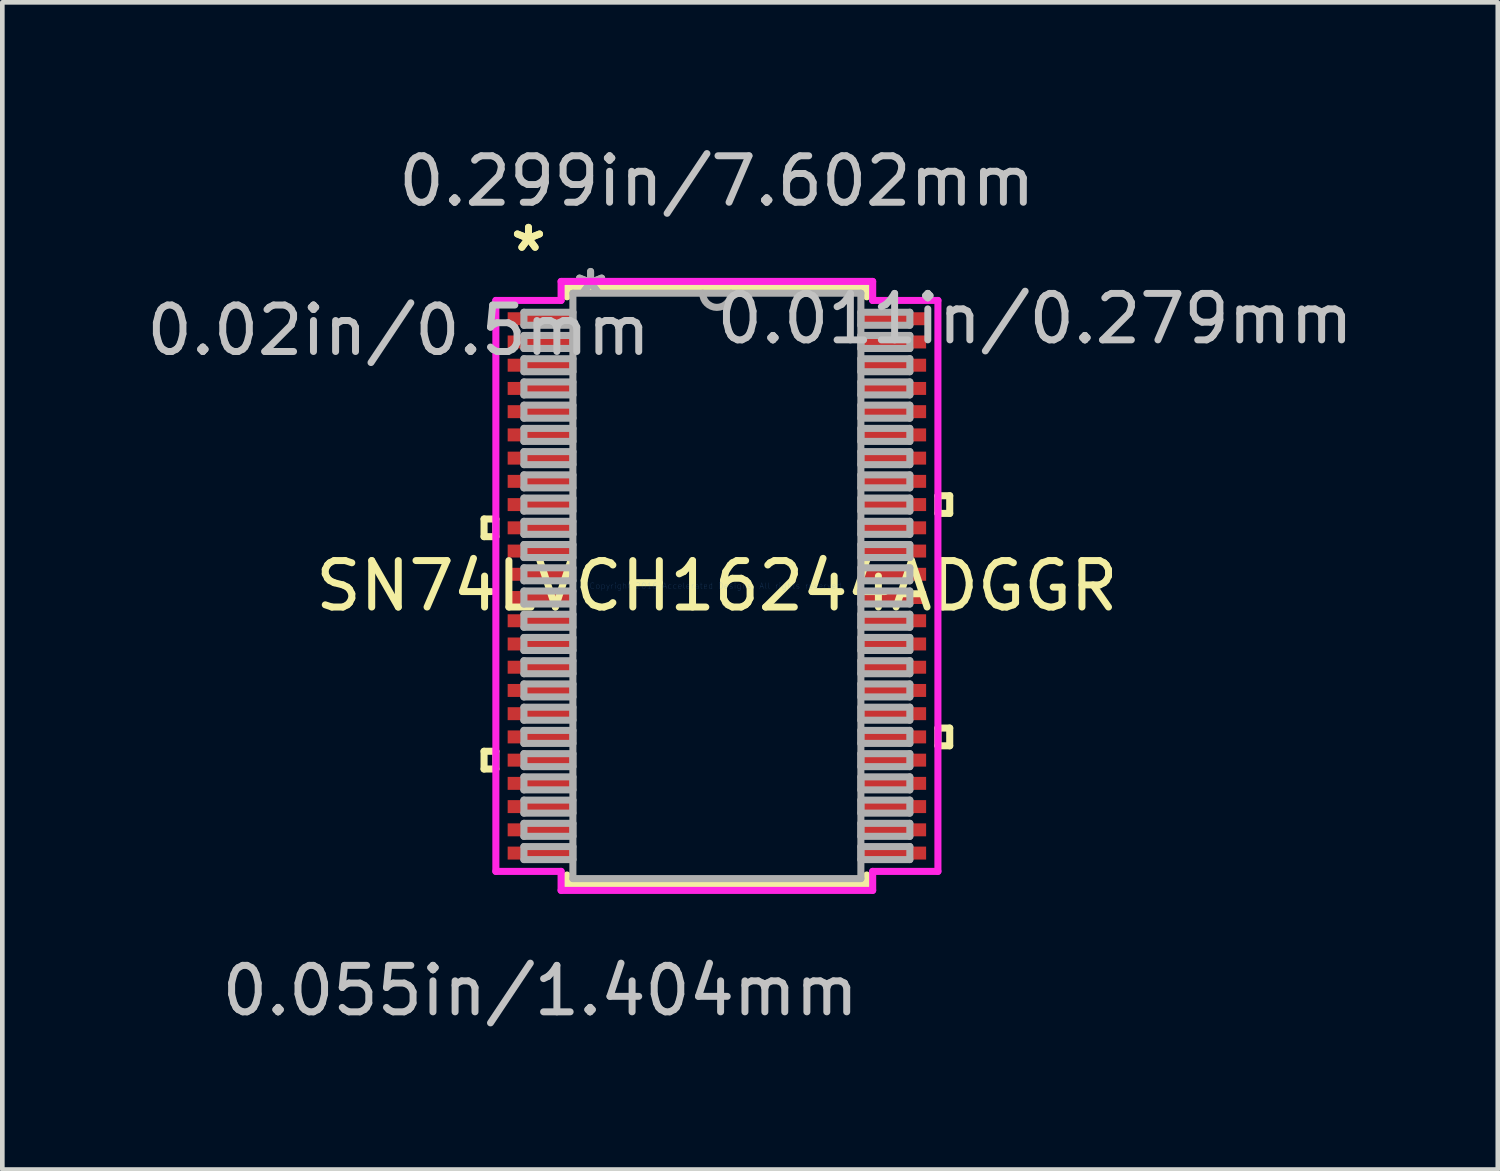
<source format=kicad_pcb>
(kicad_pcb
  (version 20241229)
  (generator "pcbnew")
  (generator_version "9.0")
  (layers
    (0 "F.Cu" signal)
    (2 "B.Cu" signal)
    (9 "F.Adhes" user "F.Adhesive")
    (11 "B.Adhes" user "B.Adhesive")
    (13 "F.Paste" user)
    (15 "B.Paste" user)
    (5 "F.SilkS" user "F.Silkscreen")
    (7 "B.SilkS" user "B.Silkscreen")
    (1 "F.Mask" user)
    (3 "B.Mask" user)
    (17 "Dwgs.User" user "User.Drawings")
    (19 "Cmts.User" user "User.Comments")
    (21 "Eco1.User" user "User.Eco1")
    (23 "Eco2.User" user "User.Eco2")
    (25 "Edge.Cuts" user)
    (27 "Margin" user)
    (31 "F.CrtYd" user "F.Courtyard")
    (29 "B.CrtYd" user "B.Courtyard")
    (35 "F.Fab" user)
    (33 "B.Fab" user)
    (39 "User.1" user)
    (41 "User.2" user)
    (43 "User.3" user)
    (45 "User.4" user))
  (footprint "SN74LVCH16244ADGGR"
    (layer "F.Cu")
    (at 12.379 9.56)
    (property "Reference" "SN74LVCH16244ADGGR" (at 0 0 0) (layer "F.SilkS") (effects (font (size 1 1) (thickness 0.15))))
    (attr through_hole)
    (fp_line (start -5.011 -1.44) (end -5.011 -1.06) (stroke (width 0.152) (type solid)) (layer "F.SilkS"))
    (fp_line (start -5.011 -1.06) (end -4.757 -1.06) (stroke (width 0.152) (type solid)) (layer "F.SilkS"))
    (fp_line (start -5.011 3.559) (end -5.011 3.941) (stroke (width 0.152) (type solid)) (layer "F.SilkS"))
    (fp_line (start -5.011 3.941) (end -4.757 3.941) (stroke (width 0.152) (type solid)) (layer "F.SilkS"))
    (fp_line (start -4.757 -1.44) (end -5.011 -1.44) (stroke (width 0.152) (type solid)) (layer "F.SilkS"))
    (fp_line (start -4.757 -1.06) (end -4.757 -1.44) (stroke (width 0.152) (type solid)) (layer "F.SilkS"))
    (fp_line (start -4.757 3.559) (end -5.011 3.559) (stroke (width 0.152) (type solid)) (layer "F.SilkS"))
    (fp_line (start -4.757 3.941) (end -4.757 3.559) (stroke (width 0.152) (type solid)) (layer "F.SilkS"))
    (fp_line (start -3.226 -6.426) (end -3.226 -6.222) (stroke (width 0.152) (type solid)) (layer "F.SilkS"))
    (fp_line (start -3.226 6.222) (end -3.226 6.426) (stroke (width 0.152) (type solid)) (layer "F.SilkS"))
    (fp_line (start -3.226 6.426) (end 3.226 6.426) (stroke (width 0.152) (type solid)) (layer "F.SilkS"))
    (fp_line (start 3.226 -6.426) (end -3.226 -6.426) (stroke (width 0.152) (type solid)) (layer "F.SilkS"))
    (fp_line (start 3.226 -6.222) (end 3.226 -6.426) (stroke (width 0.152) (type solid)) (layer "F.SilkS"))
    (fp_line (start 3.226 6.426) (end 3.226 6.222) (stroke (width 0.152) (type solid)) (layer "F.SilkS"))
    (fp_line (start 4.757 -1.941) (end 5.011 -1.941) (stroke (width 0.152) (type solid)) (layer "F.SilkS"))
    (fp_line (start 4.757 -1.56) (end 4.757 -1.941) (stroke (width 0.152) (type solid)) (layer "F.SilkS"))
    (fp_line (start 4.757 3.06) (end 5.011 3.06) (stroke (width 0.152) (type solid)) (layer "F.SilkS"))
    (fp_line (start 4.757 3.441) (end 4.757 3.06) (stroke (width 0.152) (type solid)) (layer "F.SilkS"))
    (fp_line (start 5.011 -1.941) (end 5.011 -1.56) (stroke (width 0.152) (type solid)) (layer "F.SilkS"))
    (fp_line (start 5.011 -1.56) (end 4.757 -1.56) (stroke (width 0.152) (type solid)) (layer "F.SilkS"))
    (fp_line (start 5.011 3.06) (end 5.011 3.441) (stroke (width 0.152) (type solid)) (layer "F.SilkS"))
    (fp_line (start 5.011 3.441) (end 4.757 3.441) (stroke (width 0.152) (type solid)) (layer "F.SilkS"))
    (fp_line (start -4.757 -6.144) (end -3.353 -6.144) (stroke (width 0.152) (type solid)) (layer "F.CrtYd"))
    (fp_line (start -4.757 6.144) (end -4.757 -6.144) (stroke (width 0.152) (type solid)) (layer "F.CrtYd"))
    (fp_line (start -3.353 -6.553) (end 3.353 -6.553) (stroke (width 0.152) (type solid)) (layer "F.CrtYd"))
    (fp_line (start -3.353 -6.144) (end -3.353 -6.553) (stroke (width 0.152) (type solid)) (layer "F.CrtYd"))
    (fp_line (start -3.353 6.144) (end -4.757 6.144) (stroke (width 0.152) (type solid)) (layer "F.CrtYd"))
    (fp_line (start -3.353 6.553) (end -3.353 6.144) (stroke (width 0.152) (type solid)) (layer "F.CrtYd"))
    (fp_line (start 3.353 -6.553) (end 3.353 -6.144) (stroke (width 0.152) (type solid)) (layer "F.CrtYd"))
    (fp_line (start 3.353 -6.144) (end 4.757 -6.144) (stroke (width 0.152) (type solid)) (layer "F.CrtYd"))
    (fp_line (start 3.353 6.144) (end 3.353 6.553) (stroke (width 0.152) (type solid)) (layer "F.CrtYd"))
    (fp_line (start 3.353 6.553) (end -3.353 6.553) (stroke (width 0.152) (type solid)) (layer "F.CrtYd"))
    (fp_line (start 4.757 -6.144) (end 4.757 6.144) (stroke (width 0.152) (type solid)) (layer "F.CrtYd"))
    (fp_line (start 4.757 6.144) (end 3.353 6.144) (stroke (width 0.152) (type solid)) (layer "F.CrtYd"))
    (fp_line (start -4.153 -5.89) (end -4.153 -5.61) (stroke (width 0.152) (type solid)) (layer "F.Fab"))
    (fp_line (start -4.153 -5.61) (end -3.099 -5.61) (stroke (width 0.152) (type solid)) (layer "F.Fab"))
    (fp_line (start -4.153 -5.39) (end -4.153 -5.11) (stroke (width 0.152) (type solid)) (layer "F.Fab"))
    (fp_line (start -4.153 -5.11) (end -3.099 -5.11) (stroke (width 0.152) (type solid)) (layer "F.Fab"))
    (fp_line (start -4.153 -4.89) (end -4.153 -4.61) (stroke (width 0.152) (type solid)) (layer "F.Fab"))
    (fp_line (start -4.153 -4.61) (end -3.099 -4.61) (stroke (width 0.152) (type solid)) (layer "F.Fab"))
    (fp_line (start -4.153 -4.39) (end -4.153 -4.11) (stroke (width 0.152) (type solid)) (layer "F.Fab"))
    (fp_line (start -4.153 -4.11) (end -3.099 -4.11) (stroke (width 0.152) (type solid)) (layer "F.Fab"))
    (fp_line (start -4.153 -3.89) (end -4.153 -3.61) (stroke (width 0.152) (type solid)) (layer "F.Fab"))
    (fp_line (start -4.153 -3.61) (end -3.099 -3.61) (stroke (width 0.152) (type solid)) (layer "F.Fab"))
    (fp_line (start -4.153 -3.39) (end -4.153 -3.11) (stroke (width 0.152) (type solid)) (layer "F.Fab"))
    (fp_line (start -4.153 -3.11) (end -3.099 -3.11) (stroke (width 0.152) (type solid)) (layer "F.Fab"))
    (fp_line (start -4.153 -2.89) (end -4.153 -2.61) (stroke (width 0.152) (type solid)) (layer "F.Fab"))
    (fp_line (start -4.153 -2.61) (end -3.099 -2.61) (stroke (width 0.152) (type solid)) (layer "F.Fab"))
    (fp_line (start -4.153 -2.39) (end -4.153 -2.11) (stroke (width 0.152) (type solid)) (layer "F.Fab"))
    (fp_line (start -4.153 -2.11) (end -3.099 -2.11) (stroke (width 0.152) (type solid)) (layer "F.Fab"))
    (fp_line (start -4.153 -1.89) (end -4.153 -1.61) (stroke (width 0.152) (type solid)) (layer "F.Fab"))
    (fp_line (start -4.153 -1.61) (end -3.099 -1.61) (stroke (width 0.152) (type solid)) (layer "F.Fab"))
    (fp_line (start -4.153 -1.39) (end -4.153 -1.11) (stroke (width 0.152) (type solid)) (layer "F.Fab"))
    (fp_line (start -4.153 -1.11) (end -3.099 -1.11) (stroke (width 0.152) (type solid)) (layer "F.Fab"))
    (fp_line (start -4.153 -0.89) (end -4.153 -0.61) (stroke (width 0.152) (type solid)) (layer "F.Fab"))
    (fp_line (start -4.153 -0.61) (end -3.099 -0.61) (stroke (width 0.152) (type solid)) (layer "F.Fab"))
    (fp_line (start -4.153 -0.39) (end -4.153 -0.11) (stroke (width 0.152) (type solid)) (layer "F.Fab"))
    (fp_line (start -4.153 -0.11) (end -3.099 -0.11) (stroke (width 0.152) (type solid)) (layer "F.Fab"))
    (fp_line (start -4.153 0.11) (end -4.153 0.39) (stroke (width 0.152) (type solid)) (layer "F.Fab"))
    (fp_line (start -4.153 0.39) (end -3.099 0.39) (stroke (width 0.152) (type solid)) (layer "F.Fab"))
    (fp_line (start -4.153 0.61) (end -4.153 0.89) (stroke (width 0.152) (type solid)) (layer "F.Fab"))
    (fp_line (start -4.153 0.89) (end -3.099 0.89) (stroke (width 0.152) (type solid)) (layer "F.Fab"))
    (fp_line (start -4.153 1.11) (end -4.153 1.39) (stroke (width 0.152) (type solid)) (layer "F.Fab"))
    (fp_line (start -4.153 1.39) (end -3.099 1.39) (stroke (width 0.152) (type solid)) (layer "F.Fab"))
    (fp_line (start -4.153 1.61) (end -4.153 1.89) (stroke (width 0.152) (type solid)) (layer "F.Fab"))
    (fp_line (start -4.153 1.89) (end -3.099 1.89) (stroke (width 0.152) (type solid)) (layer "F.Fab"))
    (fp_line (start -4.153 2.11) (end -4.153 2.39) (stroke (width 0.152) (type solid)) (layer "F.Fab"))
    (fp_line (start -4.153 2.39) (end -3.099 2.39) (stroke (width 0.152) (type solid)) (layer "F.Fab"))
    (fp_line (start -4.153 2.61) (end -4.153 2.89) (stroke (width 0.152) (type solid)) (layer "F.Fab"))
    (fp_line (start -4.153 2.89) (end -3.099 2.89) (stroke (width 0.152) (type solid)) (layer "F.Fab"))
    (fp_line (start -4.153 3.11) (end -4.153 3.39) (stroke (width 0.152) (type solid)) (layer "F.Fab"))
    (fp_line (start -4.153 3.39) (end -3.099 3.39) (stroke (width 0.152) (type solid)) (layer "F.Fab"))
    (fp_line (start -4.153 3.61) (end -4.153 3.89) (stroke (width 0.152) (type solid)) (layer "F.Fab"))
    (fp_line (start -4.153 3.89) (end -3.099 3.89) (stroke (width 0.152) (type solid)) (layer "F.Fab"))
    (fp_line (start -4.153 4.11) (end -4.153 4.39) (stroke (width 0.152) (type solid)) (layer "F.Fab"))
    (fp_line (start -4.153 4.39) (end -3.099 4.39) (stroke (width 0.152) (type solid)) (layer "F.Fab"))
    (fp_line (start -4.153 4.61) (end -4.153 4.89) (stroke (width 0.152) (type solid)) (layer "F.Fab"))
    (fp_line (start -4.153 4.89) (end -3.099 4.89) (stroke (width 0.152) (type solid)) (layer "F.Fab"))
    (fp_line (start -4.153 5.11) (end -4.153 5.39) (stroke (width 0.152) (type solid)) (layer "F.Fab"))
    (fp_line (start -4.153 5.39) (end -3.099 5.39) (stroke (width 0.152) (type solid)) (layer "F.Fab"))
    (fp_line (start -4.153 5.61) (end -4.153 5.89) (stroke (width 0.152) (type solid)) (layer "F.Fab"))
    (fp_line (start -4.153 5.89) (end -3.099 5.89) (stroke (width 0.152) (type solid)) (layer "F.Fab"))
    (fp_line (start -3.099 -6.299) (end -3.099 6.299) (stroke (width 0.152) (type solid)) (layer "F.Fab"))
    (fp_line (start -3.099 -5.89) (end -4.153 -5.89) (stroke (width 0.152) (type solid)) (layer "F.Fab"))
    (fp_line (start -3.099 -5.61) (end -3.099 -5.89) (stroke (width 0.152) (type solid)) (layer "F.Fab"))
    (fp_line (start -3.099 -5.39) (end -4.153 -5.39) (stroke (width 0.152) (type solid)) (layer "F.Fab"))
    (fp_line (start -3.099 -5.11) (end -3.099 -5.39) (stroke (width 0.152) (type solid)) (layer "F.Fab"))
    (fp_line (start -3.099 -4.89) (end -4.153 -4.89) (stroke (width 0.152) (type solid)) (layer "F.Fab"))
    (fp_line (start -3.099 -4.61) (end -3.099 -4.89) (stroke (width 0.152) (type solid)) (layer "F.Fab"))
    (fp_line (start -3.099 -4.39) (end -4.153 -4.39) (stroke (width 0.152) (type solid)) (layer "F.Fab"))
    (fp_line (start -3.099 -4.11) (end -3.099 -4.39) (stroke (width 0.152) (type solid)) (layer "F.Fab"))
    (fp_line (start -3.099 -3.89) (end -4.153 -3.89) (stroke (width 0.152) (type solid)) (layer "F.Fab"))
    (fp_line (start -3.099 -3.61) (end -3.099 -3.89) (stroke (width 0.152) (type solid)) (layer "F.Fab"))
    (fp_line (start -3.099 -3.39) (end -4.153 -3.39) (stroke (width 0.152) (type solid)) (layer "F.Fab"))
    (fp_line (start -3.099 -3.11) (end -3.099 -3.39) (stroke (width 0.152) (type solid)) (layer "F.Fab"))
    (fp_line (start -3.099 -2.89) (end -4.153 -2.89) (stroke (width 0.152) (type solid)) (layer "F.Fab"))
    (fp_line (start -3.099 -2.61) (end -3.099 -2.89) (stroke (width 0.152) (type solid)) (layer "F.Fab"))
    (fp_line (start -3.099 -2.39) (end -4.153 -2.39) (stroke (width 0.152) (type solid)) (layer "F.Fab"))
    (fp_line (start -3.099 -2.11) (end -3.099 -2.39) (stroke (width 0.152) (type solid)) (layer "F.Fab"))
    (fp_line (start -3.099 -1.89) (end -4.153 -1.89) (stroke (width 0.152) (type solid)) (layer "F.Fab"))
    (fp_line (start -3.099 -1.61) (end -3.099 -1.89) (stroke (width 0.152) (type solid)) (layer "F.Fab"))
    (fp_line (start -3.099 -1.39) (end -4.153 -1.39) (stroke (width 0.152) (type solid)) (layer "F.Fab"))
    (fp_line (start -3.099 -1.11) (end -3.099 -1.39) (stroke (width 0.152) (type solid)) (layer "F.Fab"))
    (fp_line (start -3.099 -0.89) (end -4.153 -0.89) (stroke (width 0.152) (type solid)) (layer "F.Fab"))
    (fp_line (start -3.099 -0.61) (end -3.099 -0.89) (stroke (width 0.152) (type solid)) (layer "F.Fab"))
    (fp_line (start -3.099 -0.39) (end -4.153 -0.39) (stroke (width 0.152) (type solid)) (layer "F.Fab"))
    (fp_line (start -3.099 -0.11) (end -3.099 -0.39) (stroke (width 0.152) (type solid)) (layer "F.Fab"))
    (fp_line (start -3.099 0.11) (end -4.153 0.11) (stroke (width 0.152) (type solid)) (layer "F.Fab"))
    (fp_line (start -3.099 0.39) (end -3.099 0.11) (stroke (width 0.152) (type solid)) (layer "F.Fab"))
    (fp_line (start -3.099 0.61) (end -4.153 0.61) (stroke (width 0.152) (type solid)) (layer "F.Fab"))
    (fp_line (start -3.099 0.89) (end -3.099 0.61) (stroke (width 0.152) (type solid)) (layer "F.Fab"))
    (fp_line (start -3.099 1.11) (end -4.153 1.11) (stroke (width 0.152) (type solid)) (layer "F.Fab"))
    (fp_line (start -3.099 1.39) (end -3.099 1.11) (stroke (width 0.152) (type solid)) (layer "F.Fab"))
    (fp_line (start -3.099 1.61) (end -4.153 1.61) (stroke (width 0.152) (type solid)) (layer "F.Fab"))
    (fp_line (start -3.099 1.89) (end -3.099 1.61) (stroke (width 0.152) (type solid)) (layer "F.Fab"))
    (fp_line (start -3.099 2.11) (end -4.153 2.11) (stroke (width 0.152) (type solid)) (layer "F.Fab"))
    (fp_line (start -3.099 2.39) (end -3.099 2.11) (stroke (width 0.152) (type solid)) (layer "F.Fab"))
    (fp_line (start -3.099 2.61) (end -4.153 2.61) (stroke (width 0.152) (type solid)) (layer "F.Fab"))
    (fp_line (start -3.099 2.89) (end -3.099 2.61) (stroke (width 0.152) (type solid)) (layer "F.Fab"))
    (fp_line (start -3.099 3.11) (end -4.153 3.11) (stroke (width 0.152) (type solid)) (layer "F.Fab"))
    (fp_line (start -3.099 3.39) (end -3.099 3.11) (stroke (width 0.152) (type solid)) (layer "F.Fab"))
    (fp_line (start -3.099 3.61) (end -4.153 3.61) (stroke (width 0.152) (type solid)) (layer "F.Fab"))
    (fp_line (start -3.099 3.89) (end -3.099 3.61) (stroke (width 0.152) (type solid)) (layer "F.Fab"))
    (fp_line (start -3.099 4.11) (end -4.153 4.11) (stroke (width 0.152) (type solid)) (layer "F.Fab"))
    (fp_line (start -3.099 4.39) (end -3.099 4.11) (stroke (width 0.152) (type solid)) (layer "F.Fab"))
    (fp_line (start -3.099 4.61) (end -4.153 4.61) (stroke (width 0.152) (type solid)) (layer "F.Fab"))
    (fp_line (start -3.099 4.89) (end -3.099 4.61) (stroke (width 0.152) (type solid)) (layer "F.Fab"))
    (fp_line (start -3.099 5.11) (end -4.153 5.11) (stroke (width 0.152) (type solid)) (layer "F.Fab"))
    (fp_line (start -3.099 5.39) (end -3.099 5.11) (stroke (width 0.152) (type solid)) (layer "F.Fab"))
    (fp_line (start -3.099 5.61) (end -4.153 5.61) (stroke (width 0.152) (type solid)) (layer "F.Fab"))
    (fp_line (start -3.099 5.89) (end -3.099 5.61) (stroke (width 0.152) (type solid)) (layer "F.Fab"))
    (fp_line (start -3.099 6.299) (end 3.099 6.299) (stroke (width 0.152) (type solid)) (layer "F.Fab"))
    (fp_line (start 3.099 -6.299) (end -3.099 -6.299) (stroke (width 0.152) (type solid)) (layer "F.Fab"))
    (fp_line (start 3.099 -5.89) (end 3.099 -5.61) (stroke (width 0.152) (type solid)) (layer "F.Fab"))
    (fp_line (start 3.099 -5.61) (end 4.153 -5.61) (stroke (width 0.152) (type solid)) (layer "F.Fab"))
    (fp_line (start 3.099 -5.39) (end 3.099 -5.11) (stroke (width 0.152) (type solid)) (layer "F.Fab"))
    (fp_line (start 3.099 -5.11) (end 4.153 -5.11) (stroke (width 0.152) (type solid)) (layer "F.Fab"))
    (fp_line (start 3.099 -4.89) (end 3.099 -4.61) (stroke (width 0.152) (type solid)) (layer "F.Fab"))
    (fp_line (start 3.099 -4.61) (end 4.153 -4.61) (stroke (width 0.152) (type solid)) (layer "F.Fab"))
    (fp_line (start 3.099 -4.39) (end 3.099 -4.11) (stroke (width 0.152) (type solid)) (layer "F.Fab"))
    (fp_line (start 3.099 -4.11) (end 4.153 -4.11) (stroke (width 0.152) (type solid)) (layer "F.Fab"))
    (fp_line (start 3.099 -3.89) (end 3.099 -3.61) (stroke (width 0.152) (type solid)) (layer "F.Fab"))
    (fp_line (start 3.099 -3.61) (end 4.153 -3.61) (stroke (width 0.152) (type solid)) (layer "F.Fab"))
    (fp_line (start 3.099 -3.39) (end 3.099 -3.11) (stroke (width 0.152) (type solid)) (layer "F.Fab"))
    (fp_line (start 3.099 -3.11) (end 4.153 -3.11) (stroke (width 0.152) (type solid)) (layer "F.Fab"))
    (fp_line (start 3.099 -2.89) (end 3.099 -2.61) (stroke (width 0.152) (type solid)) (layer "F.Fab"))
    (fp_line (start 3.099 -2.61) (end 4.153 -2.61) (stroke (width 0.152) (type solid)) (layer "F.Fab"))
    (fp_line (start 3.099 -2.39) (end 3.099 -2.11) (stroke (width 0.152) (type solid)) (layer "F.Fab"))
    (fp_line (start 3.099 -2.11) (end 4.153 -2.11) (stroke (width 0.152) (type solid)) (layer "F.Fab"))
    (fp_line (start 3.099 -1.89) (end 3.099 -1.61) (stroke (width 0.152) (type solid)) (layer "F.Fab"))
    (fp_line (start 3.099 -1.61) (end 4.153 -1.61) (stroke (width 0.152) (type solid)) (layer "F.Fab"))
    (fp_line (start 3.099 -1.39) (end 3.099 -1.11) (stroke (width 0.152) (type solid)) (layer "F.Fab"))
    (fp_line (start 3.099 -1.11) (end 4.153 -1.11) (stroke (width 0.152) (type solid)) (layer "F.Fab"))
    (fp_line (start 3.099 -0.89) (end 3.099 -0.61) (stroke (width 0.152) (type solid)) (layer "F.Fab"))
    (fp_line (start 3.099 -0.61) (end 4.153 -0.61) (stroke (width 0.152) (type solid)) (layer "F.Fab"))
    (fp_line (start 3.099 -0.39) (end 3.099 -0.11) (stroke (width 0.152) (type solid)) (layer "F.Fab"))
    (fp_line (start 3.099 -0.11) (end 4.153 -0.11) (stroke (width 0.152) (type solid)) (layer "F.Fab"))
    (fp_line (start 3.099 0.11) (end 3.099 0.39) (stroke (width 0.152) (type solid)) (layer "F.Fab"))
    (fp_line (start 3.099 0.39) (end 4.153 0.39) (stroke (width 0.152) (type solid)) (layer "F.Fab"))
    (fp_line (start 3.099 0.61) (end 3.099 0.89) (stroke (width 0.152) (type solid)) (layer "F.Fab"))
    (fp_line (start 3.099 0.89) (end 4.153 0.89) (stroke (width 0.152) (type solid)) (layer "F.Fab"))
    (fp_line (start 3.099 1.11) (end 3.099 1.39) (stroke (width 0.152) (type solid)) (layer "F.Fab"))
    (fp_line (start 3.099 1.39) (end 4.153 1.39) (stroke (width 0.152) (type solid)) (layer "F.Fab"))
    (fp_line (start 3.099 1.61) (end 3.099 1.89) (stroke (width 0.152) (type solid)) (layer "F.Fab"))
    (fp_line (start 3.099 1.89) (end 4.153 1.89) (stroke (width 0.152) (type solid)) (layer "F.Fab"))
    (fp_line (start 3.099 2.11) (end 3.099 2.39) (stroke (width 0.152) (type solid)) (layer "F.Fab"))
    (fp_line (start 3.099 2.39) (end 4.153 2.39) (stroke (width 0.152) (type solid)) (layer "F.Fab"))
    (fp_line (start 3.099 2.61) (end 3.099 2.89) (stroke (width 0.152) (type solid)) (layer "F.Fab"))
    (fp_line (start 3.099 2.89) (end 4.153 2.89) (stroke (width 0.152) (type solid)) (layer "F.Fab"))
    (fp_line (start 3.099 3.11) (end 3.099 3.39) (stroke (width 0.152) (type solid)) (layer "F.Fab"))
    (fp_line (start 3.099 3.39) (end 4.153 3.39) (stroke (width 0.152) (type solid)) (layer "F.Fab"))
    (fp_line (start 3.099 3.61) (end 3.099 3.89) (stroke (width 0.152) (type solid)) (layer "F.Fab"))
    (fp_line (start 3.099 3.89) (end 4.153 3.89) (stroke (width 0.152) (type solid)) (layer "F.Fab"))
    (fp_line (start 3.099 4.11) (end 3.099 4.39) (stroke (width 0.152) (type solid)) (layer "F.Fab"))
    (fp_line (start 3.099 4.39) (end 4.153 4.39) (stroke (width 0.152) (type solid)) (layer "F.Fab"))
    (fp_line (start 3.099 4.61) (end 3.099 4.89) (stroke (width 0.152) (type solid)) (layer "F.Fab"))
    (fp_line (start 3.099 4.89) (end 4.153 4.89) (stroke (width 0.152) (type solid)) (layer "F.Fab"))
    (fp_line (start 3.099 5.11) (end 3.099 5.39) (stroke (width 0.152) (type solid)) (layer "F.Fab"))
    (fp_line (start 3.099 5.39) (end 4.153 5.39) (stroke (width 0.152) (type solid)) (layer "F.Fab"))
    (fp_line (start 3.099 5.61) (end 3.099 5.89) (stroke (width 0.152) (type solid)) (layer "F.Fab"))
    (fp_line (start 3.099 5.89) (end 4.153 5.89) (stroke (width 0.152) (type solid)) (layer "F.Fab"))
    (fp_line (start 3.099 6.299) (end 3.099 -6.299) (stroke (width 0.152) (type solid)) (layer "F.Fab"))
    (fp_line (start 4.153 -5.89) (end 3.099 -5.89) (stroke (width 0.152) (type solid)) (layer "F.Fab"))
    (fp_line (start 4.153 -5.61) (end 4.153 -5.89) (stroke (width 0.152) (type solid)) (layer "F.Fab"))
    (fp_line (start 4.153 -5.39) (end 3.099 -5.39) (stroke (width 0.152) (type solid)) (layer "F.Fab"))
    (fp_line (start 4.153 -5.11) (end 4.153 -5.39) (stroke (width 0.152) (type solid)) (layer "F.Fab"))
    (fp_line (start 4.153 -4.89) (end 3.099 -4.89) (stroke (width 0.152) (type solid)) (layer "F.Fab"))
    (fp_line (start 4.153 -4.61) (end 4.153 -4.89) (stroke (width 0.152) (type solid)) (layer "F.Fab"))
    (fp_line (start 4.153 -4.39) (end 3.099 -4.39) (stroke (width 0.152) (type solid)) (layer "F.Fab"))
    (fp_line (start 4.153 -4.11) (end 4.153 -4.39) (stroke (width 0.152) (type solid)) (layer "F.Fab"))
    (fp_line (start 4.153 -3.89) (end 3.099 -3.89) (stroke (width 0.152) (type solid)) (layer "F.Fab"))
    (fp_line (start 4.153 -3.61) (end 4.153 -3.89) (stroke (width 0.152) (type solid)) (layer "F.Fab"))
    (fp_line (start 4.153 -3.39) (end 3.099 -3.39) (stroke (width 0.152) (type solid)) (layer "F.Fab"))
    (fp_line (start 4.153 -3.11) (end 4.153 -3.39) (stroke (width 0.152) (type solid)) (layer "F.Fab"))
    (fp_line (start 4.153 -2.89) (end 3.099 -2.89) (stroke (width 0.152) (type solid)) (layer "F.Fab"))
    (fp_line (start 4.153 -2.61) (end 4.153 -2.89) (stroke (width 0.152) (type solid)) (layer "F.Fab"))
    (fp_line (start 4.153 -2.39) (end 3.099 -2.39) (stroke (width 0.152) (type solid)) (layer "F.Fab"))
    (fp_line (start 4.153 -2.11) (end 4.153 -2.39) (stroke (width 0.152) (type solid)) (layer "F.Fab"))
    (fp_line (start 4.153 -1.89) (end 3.099 -1.89) (stroke (width 0.152) (type solid)) (layer "F.Fab"))
    (fp_line (start 4.153 -1.61) (end 4.153 -1.89) (stroke (width 0.152) (type solid)) (layer "F.Fab"))
    (fp_line (start 4.153 -1.39) (end 3.099 -1.39) (stroke (width 0.152) (type solid)) (layer "F.Fab"))
    (fp_line (start 4.153 -1.11) (end 4.153 -1.39) (stroke (width 0.152) (type solid)) (layer "F.Fab"))
    (fp_line (start 4.153 -0.89) (end 3.099 -0.89) (stroke (width 0.152) (type solid)) (layer "F.Fab"))
    (fp_line (start 4.153 -0.61) (end 4.153 -0.89) (stroke (width 0.152) (type solid)) (layer "F.Fab"))
    (fp_line (start 4.153 -0.39) (end 3.099 -0.39) (stroke (width 0.152) (type solid)) (layer "F.Fab"))
    (fp_line (start 4.153 -0.11) (end 4.153 -0.39) (stroke (width 0.152) (type solid)) (layer "F.Fab"))
    (fp_line (start 4.153 0.11) (end 3.099 0.11) (stroke (width 0.152) (type solid)) (layer "F.Fab"))
    (fp_line (start 4.153 0.39) (end 4.153 0.11) (stroke (width 0.152) (type solid)) (layer "F.Fab"))
    (fp_line (start 4.153 0.61) (end 3.099 0.61) (stroke (width 0.152) (type solid)) (layer "F.Fab"))
    (fp_line (start 4.153 0.89) (end 4.153 0.61) (stroke (width 0.152) (type solid)) (layer "F.Fab"))
    (fp_line (start 4.153 1.11) (end 3.099 1.11) (stroke (width 0.152) (type solid)) (layer "F.Fab"))
    (fp_line (start 4.153 1.39) (end 4.153 1.11) (stroke (width 0.152) (type solid)) (layer "F.Fab"))
    (fp_line (start 4.153 1.61) (end 3.099 1.61) (stroke (width 0.152) (type solid)) (layer "F.Fab"))
    (fp_line (start 4.153 1.89) (end 4.153 1.61) (stroke (width 0.152) (type solid)) (layer "F.Fab"))
    (fp_line (start 4.153 2.11) (end 3.099 2.11) (stroke (width 0.152) (type solid)) (layer "F.Fab"))
    (fp_line (start 4.153 2.39) (end 4.153 2.11) (stroke (width 0.152) (type solid)) (layer "F.Fab"))
    (fp_line (start 4.153 2.61) (end 3.099 2.61) (stroke (width 0.152) (type solid)) (layer "F.Fab"))
    (fp_line (start 4.153 2.89) (end 4.153 2.61) (stroke (width 0.152) (type solid)) (layer "F.Fab"))
    (fp_line (start 4.153 3.11) (end 3.099 3.11) (stroke (width 0.152) (type solid)) (layer "F.Fab"))
    (fp_line (start 4.153 3.39) (end 4.153 3.11) (stroke (width 0.152) (type solid)) (layer "F.Fab"))
    (fp_line (start 4.153 3.61) (end 3.099 3.61) (stroke (width 0.152) (type solid)) (layer "F.Fab"))
    (fp_line (start 4.153 3.89) (end 4.153 3.61) (stroke (width 0.152) (type solid)) (layer "F.Fab"))
    (fp_line (start 4.153 4.11) (end 3.099 4.11) (stroke (width 0.152) (type solid)) (layer "F.Fab"))
    (fp_line (start 4.153 4.39) (end 4.153 4.11) (stroke (width 0.152) (type solid)) (layer "F.Fab"))
    (fp_line (start 4.153 4.61) (end 3.099 4.61) (stroke (width 0.152) (type solid)) (layer "F.Fab"))
    (fp_line (start 4.153 4.89) (end 4.153 4.61) (stroke (width 0.152) (type solid)) (layer "F.Fab"))
    (fp_line (start 4.153 5.11) (end 3.099 5.11) (stroke (width 0.152) (type solid)) (layer "F.Fab"))
    (fp_line (start 4.153 5.39) (end 4.153 5.11) (stroke (width 0.152) (type solid)) (layer "F.Fab"))
    (fp_line (start 4.153 5.61) (end 3.099 5.61) (stroke (width 0.152) (type solid)) (layer "F.Fab"))
    (fp_line (start 4.153 5.89) (end 4.153 5.61) (stroke (width 0.152) (type solid)) (layer "F.Fab"))
    (fp_arc (start 0.3048 -6.2992) (mid 0 -5.9944) (end -0.3048 -6.2992) (stroke (width 0.1524) (type solid)) (layer "F.Fab"))
    (fp_text user "*" (at -4.055 -7.172 0) (layer "F.SilkS") (effects (font (size 1 1) (thickness 0.15))))
    (fp_text user "*" (at -4.055 -7.172 0) (layer "F.SilkS") (effects (font (size 1 1) (thickness 0.15))))
    (fp_text user "0.299in/7.602mm" (at 0 -8.712 0) (layer "Dwgs.User") (effects (font (size 1 1) (thickness 0.15))))
    (fp_text user "0.011in/0.279mm" (at 6.849 -5.75 0) (layer "Dwgs.User") (effects (font (size 1 1) (thickness 0.15))))
    (fp_text user "0.055in/1.404mm" (at -3.801 8.712 0) (layer "Dwgs.User") (effects (font (size 1 1) (thickness 0.15))))
    (fp_text user "0.02in/0.5mm" (at -6.849 -5.5 0) (layer "Dwgs.User") (effects (font (size 1 1) (thickness 0.15))))
    (fp_text user "Copyright 2016 Accelerated Designs. All rights reserved." (at 0 0 0) (layer "Cmts.User") (effects (font (size 0.127 0.127) (thickness 0.002))))
    (fp_text user "*" (at -2.718 -6.223 0) (layer "F.Fab") (effects (font (size 1 1) (thickness 0.15))))
    (fp_text user "*" (at -2.718 -6.223 0) (layer "F.Fab") (effects (font (size 1 1) (thickness 0.15))))
    (pad "1" smd rect (at -3.801 -5.75) (size 1.404 0.279) (layers "F.Cu" "F.Mask" "F.Paste"))
    (pad "2" smd rect (at -3.801 -5.25) (size 1.404 0.279) (layers "F.Cu" "F.Mask" "F.Paste"))
    (pad "3" smd rect (at -3.801 -4.75) (size 1.404 0.279) (layers "F.Cu" "F.Mask" "F.Paste"))
    (pad "4" smd rect (at -3.801 -4.25) (size 1.404 0.279) (layers "F.Cu" "F.Mask" "F.Paste"))
    (pad "5" smd rect (at -3.801 -3.75) (size 1.404 0.279) (layers "F.Cu" "F.Mask" "F.Paste"))
    (pad "6" smd rect (at -3.801 -3.25) (size 1.404 0.279) (layers "F.Cu" "F.Mask" "F.Paste"))
    (pad "7" smd rect (at -3.801 -2.75) (size 1.404 0.279) (layers "F.Cu" "F.Mask" "F.Paste"))
    (pad "8" smd rect (at -3.801 -2.25) (size 1.404 0.279) (layers "F.Cu" "F.Mask" "F.Paste"))
    (pad "9" smd rect (at -3.801 -1.75) (size 1.404 0.279) (layers "F.Cu" "F.Mask" "F.Paste"))
    (pad "10" smd rect (at -3.801 -1.25) (size 1.404 0.279) (layers "F.Cu" "F.Mask" "F.Paste"))
    (pad "11" smd rect (at -3.801 -0.75) (size 1.404 0.279) (layers "F.Cu" "F.Mask" "F.Paste"))
    (pad "12" smd rect (at -3.801 -0.25) (size 1.404 0.279) (layers "F.Cu" "F.Mask" "F.Paste"))
    (pad "13" smd rect (at -3.801 0.25) (size 1.404 0.279) (layers "F.Cu" "F.Mask" "F.Paste"))
    (pad "14" smd rect (at -3.801 0.75) (size 1.404 0.279) (layers "F.Cu" "F.Mask" "F.Paste"))
    (pad "15" smd rect (at -3.801 1.25) (size 1.404 0.279) (layers "F.Cu" "F.Mask" "F.Paste"))
    (pad "16" smd rect (at -3.801 1.75) (size 1.404 0.279) (layers "F.Cu" "F.Mask" "F.Paste"))
    (pad "17" smd rect (at -3.801 2.25) (size 1.404 0.279) (layers "F.Cu" "F.Mask" "F.Paste"))
    (pad "18" smd rect (at -3.801 2.75) (size 1.404 0.279) (layers "F.Cu" "F.Mask" "F.Paste"))
    (pad "19" smd rect (at -3.801 3.25) (size 1.404 0.279) (layers "F.Cu" "F.Mask" "F.Paste"))
    (pad "20" smd rect (at -3.801 3.75) (size 1.404 0.279) (layers "F.Cu" "F.Mask" "F.Paste"))
    (pad "21" smd rect (at -3.801 4.25) (size 1.404 0.279) (layers "F.Cu" "F.Mask" "F.Paste"))
    (pad "22" smd rect (at -3.801 4.75) (size 1.404 0.279) (layers "F.Cu" "F.Mask" "F.Paste"))
    (pad "23" smd rect (at -3.801 5.25) (size 1.404 0.279) (layers "F.Cu" "F.Mask" "F.Paste"))
    (pad "24" smd rect (at -3.801 5.75) (size 1.404 0.279) (layers "F.Cu" "F.Mask" "F.Paste"))
    (pad "25" smd rect (at 3.801 5.75) (size 1.404 0.279) (layers "F.Cu" "F.Mask" "F.Paste"))
    (pad "26" smd rect (at 3.801 5.25) (size 1.404 0.279) (layers "F.Cu" "F.Mask" "F.Paste"))
    (pad "27" smd rect (at 3.801 4.75) (size 1.404 0.279) (layers "F.Cu" "F.Mask" "F.Paste"))
    (pad "28" smd rect (at 3.801 4.25) (size 1.404 0.279) (layers "F.Cu" "F.Mask" "F.Paste"))
    (pad "29" smd rect (at 3.801 3.75) (size 1.404 0.279) (layers "F.Cu" "F.Mask" "F.Paste"))
    (pad "30" smd rect (at 3.801 3.25) (size 1.404 0.279) (layers "F.Cu" "F.Mask" "F.Paste"))
    (pad "31" smd rect (at 3.801 2.75) (size 1.404 0.279) (layers "F.Cu" "F.Mask" "F.Paste"))
    (pad "32" smd rect (at 3.801 2.25) (size 1.404 0.279) (layers "F.Cu" "F.Mask" "F.Paste"))
    (pad "33" smd rect (at 3.801 1.75) (size 1.404 0.279) (layers "F.Cu" "F.Mask" "F.Paste"))
    (pad "34" smd rect (at 3.801 1.25) (size 1.404 0.279) (layers "F.Cu" "F.Mask" "F.Paste"))
    (pad "35" smd rect (at 3.801 0.75) (size 1.404 0.279) (layers "F.Cu" "F.Mask" "F.Paste"))
    (pad "36" smd rect (at 3.801 0.25) (size 1.404 0.279) (layers "F.Cu" "F.Mask" "F.Paste"))
    (pad "37" smd rect (at 3.801 -0.25) (size 1.404 0.279) (layers "F.Cu" "F.Mask" "F.Paste"))
    (pad "38" smd rect (at 3.801 -0.75) (size 1.404 0.279) (layers "F.Cu" "F.Mask" "F.Paste"))
    (pad "39" smd rect (at 3.801 -1.25) (size 1.404 0.279) (layers "F.Cu" "F.Mask" "F.Paste"))
    (pad "40" smd rect (at 3.801 -1.75) (size 1.404 0.279) (layers "F.Cu" "F.Mask" "F.Paste"))
    (pad "41" smd rect (at 3.801 -2.25) (size 1.404 0.279) (layers "F.Cu" "F.Mask" "F.Paste"))
    (pad "42" smd rect (at 3.801 -2.75) (size 1.404 0.279) (layers "F.Cu" "F.Mask" "F.Paste"))
    (pad "43" smd rect (at 3.801 -3.25) (size 1.404 0.279) (layers "F.Cu" "F.Mask" "F.Paste"))
    (pad "44" smd rect (at 3.801 -3.75) (size 1.404 0.279) (layers "F.Cu" "F.Mask" "F.Paste"))
    (pad "45" smd rect (at 3.801 -4.25) (size 1.404 0.279) (layers "F.Cu" "F.Mask" "F.Paste"))
    (pad "46" smd rect (at 3.801 -4.75) (size 1.404 0.279) (layers "F.Cu" "F.Mask" "F.Paste"))
    (pad "47" smd rect (at 3.801 -5.25) (size 1.404 0.279) (layers "F.Cu" "F.Mask" "F.Paste"))
    (pad "48" smd rect (at 3.801 -5.75) (size 1.404 0.279) (layers "F.Cu" "F.Mask" "F.Paste")))
  (gr_rect
    (start -3 -3)
    (end 29.186 22.121)
    (stroke (width 0.1) (type default))
    (fill no)
    (layer "Edge.Cuts")))
</source>
